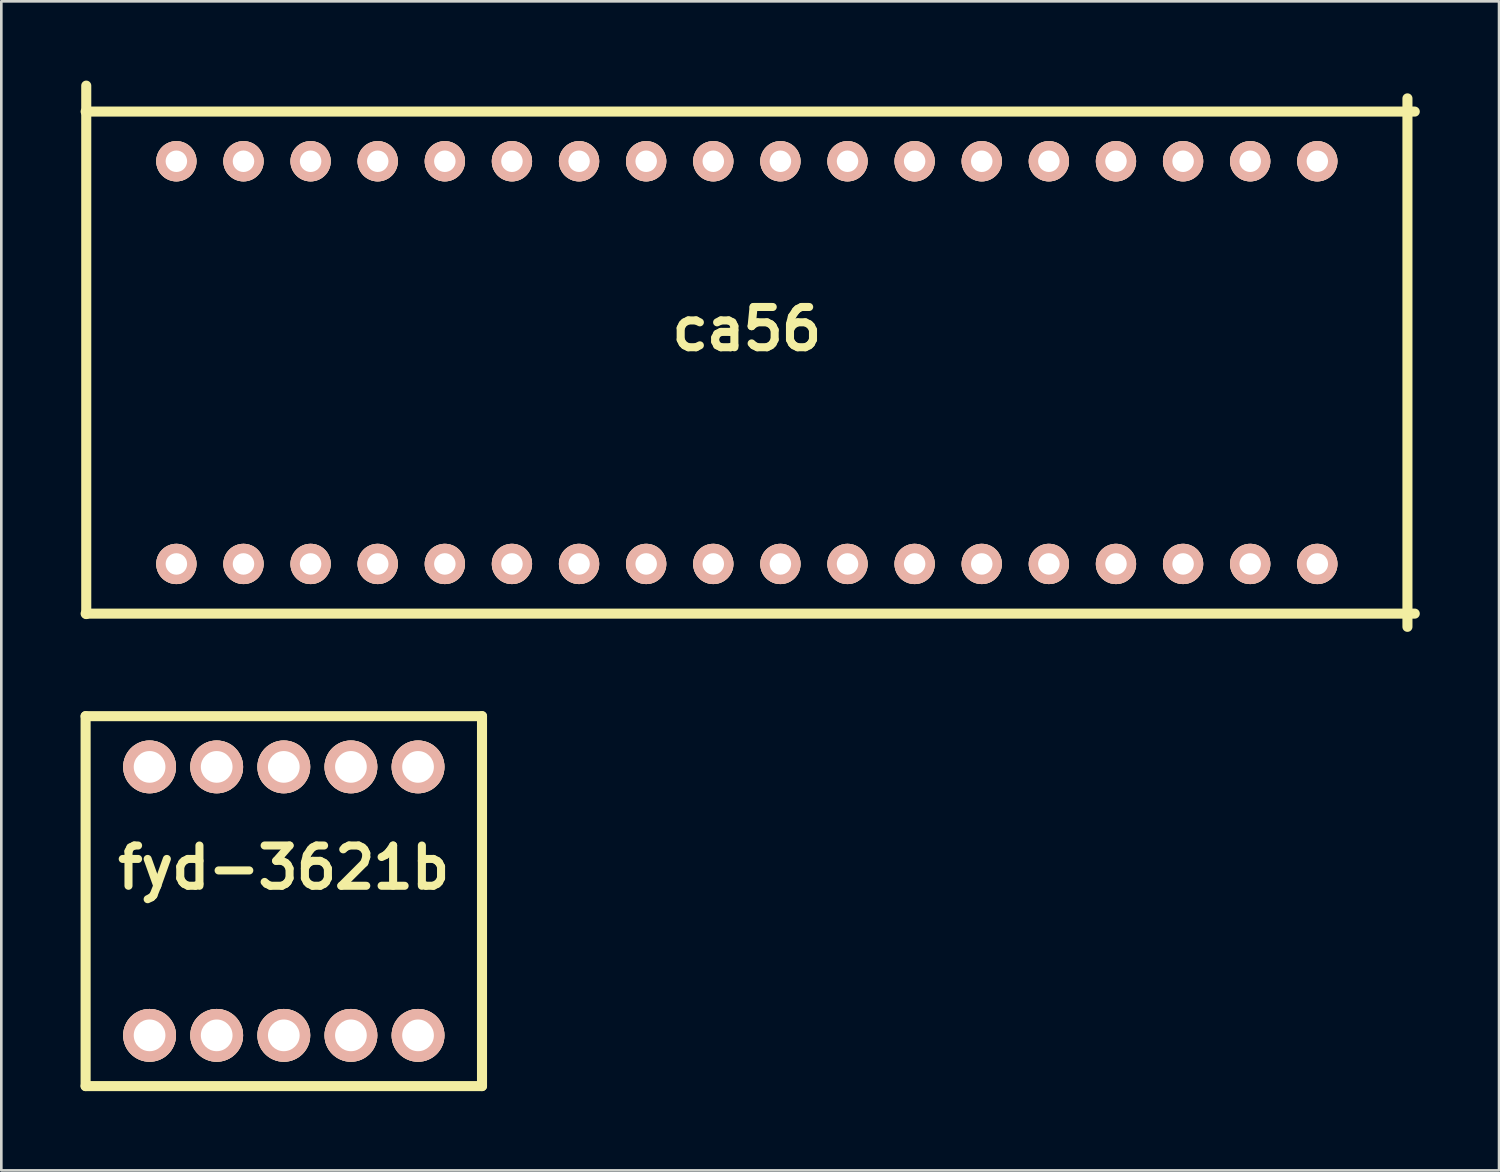
<source format=kicad_pcb>
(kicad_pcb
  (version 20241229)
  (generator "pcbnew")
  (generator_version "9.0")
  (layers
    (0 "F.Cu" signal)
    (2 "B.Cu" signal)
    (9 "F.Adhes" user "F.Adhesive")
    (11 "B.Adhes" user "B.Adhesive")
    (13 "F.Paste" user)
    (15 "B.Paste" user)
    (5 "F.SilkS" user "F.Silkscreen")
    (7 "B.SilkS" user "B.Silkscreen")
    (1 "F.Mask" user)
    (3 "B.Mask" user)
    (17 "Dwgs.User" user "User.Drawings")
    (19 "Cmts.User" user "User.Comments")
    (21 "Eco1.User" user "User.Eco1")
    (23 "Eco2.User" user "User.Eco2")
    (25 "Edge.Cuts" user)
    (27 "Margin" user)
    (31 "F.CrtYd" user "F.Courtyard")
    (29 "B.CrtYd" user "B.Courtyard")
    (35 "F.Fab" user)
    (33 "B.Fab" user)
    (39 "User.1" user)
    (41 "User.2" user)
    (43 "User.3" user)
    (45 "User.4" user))
  (footprint "fyd-3621b"
    (layer "F.Cu")
    (at 7.691 31.054)
    (property "Reference" "fyd-3621b" (at 0 -1.27 0) (layer "F.SilkS") (effects (font (size 1.524 1.524) (thickness 0.305))))
    (attr through_hole)
    (fp_line (start -7.501 -7) (end -7.501 7) (stroke (width 0.381) (type solid)) (layer "F.SilkS"))
    (fp_line (start -7.501 7) (end 7.501 7) (stroke (width 0.381) (type solid)) (layer "F.SilkS"))
    (fp_line (start 7.501 -7) (end -7.501 -7) (stroke (width 0.381) (type solid)) (layer "F.SilkS"))
    (fp_line (start 7.501 7) (end 7.501 -7) (stroke (width 0.381) (type solid)) (layer "F.SilkS"))
    (pad "1" thru_hole circle (at -5.08 5.08) (size 1.999 1.999) (drill 1.199) (layers "*.Cu" "*.SilkS" "*.Mask"))
    (pad "2" thru_hole circle (at -2.54 5.08) (size 1.999 1.999) (drill 1.199) (layers "*.Cu" "*.SilkS" "*.Mask"))
    (pad "3" thru_hole circle (at 0 5.08) (size 1.999 1.999) (drill 1.199) (layers "*.Cu" "*.SilkS" "*.Mask"))
    (pad "4" thru_hole circle (at 2.54 5.08) (size 1.999 1.999) (drill 1.199) (layers "*.Cu" "*.SilkS" "*.Mask"))
    (pad "5" thru_hole circle (at 5.08 5.08) (size 1.999 1.999) (drill 1.199) (layers "*.Cu" "*.SilkS" "*.Mask"))
    (pad "6" thru_hole circle (at 5.08 -5.08) (size 1.999 1.999) (drill 1.199) (layers "*.Cu" "*.SilkS" "*.Mask"))
    (pad "7" thru_hole circle (at 2.54 -5.08) (size 1.999 1.999) (drill 1.199) (layers "*.Cu" "*.SilkS" "*.Mask"))
    (pad "8" thru_hole circle (at 0 -5.08) (size 1.999 1.999) (drill 1.199) (layers "*.Cu" "*.SilkS" "*.Mask"))
    (pad "9" thru_hole circle (at -2.54 -5.08) (size 1.999 1.999) (drill 1.199) (layers "*.Cu" "*.SilkS" "*.Mask"))
    (pad "10" thru_hole circle (at -5.08 -5.08) (size 1.999 1.999) (drill 1.199) (layers "*.Cu" "*.SilkS" "*.Mask")))
  (footprint "ca56"
    (layer "F.Cu")
    (at 25.215 10.673)
    (property "Reference" "ca56" (at 0 -1.27 0) (layer "F.SilkS") (effects (font (size 1.524 1.524) (thickness 0.305))))
    (attr through_hole)
    (fp_line (start -25.024 -9.5) (end 25.278 -9.5) (stroke (width 0.381) (type solid)) (layer "F.SilkS"))
    (fp_line (start -25.001 9.517) (end -25.001 -10.483) (stroke (width 0.381) (type solid)) (layer "F.SilkS"))
    (fp_line (start 25.001 -10) (end 25.001 10) (stroke (width 0.381) (type solid)) (layer "F.SilkS"))
    (fp_line (start 25.278 9.5) (end -25.024 9.5) (stroke (width 0.381) (type solid)) (layer "F.SilkS"))
    (pad "1" thru_hole circle (at -21.59 7.62) (size 1.524 1.524) (drill 0.813) (layers "*.Cu" "*.SilkS" "*.Mask"))
    (pad "2" thru_hole circle (at -19.05 7.62) (size 1.524 1.524) (drill 0.813) (layers "*.Cu" "*.SilkS" "*.Mask"))
    (pad "3" thru_hole circle (at -16.51 7.62) (size 1.524 1.524) (drill 0.813) (layers "*.Cu" "*.SilkS" "*.Mask"))
    (pad "4" thru_hole circle (at -13.97 7.62) (size 1.524 1.524) (drill 0.813) (layers "*.Cu" "*.SilkS" "*.Mask"))
    (pad "5" thru_hole circle (at -11.43 7.62) (size 1.524 1.524) (drill 0.813) (layers "*.Cu" "*.SilkS" "*.Mask"))
    (pad "6" thru_hole circle (at -8.89 7.62) (size 1.524 1.524) (drill 0.813) (layers "*.Cu" "*.SilkS" "*.Mask"))
    (pad "7" thru_hole circle (at -6.35 7.62) (size 1.524 1.524) (drill 0.813) (layers "*.Cu" "*.SilkS" "*.Mask"))
    (pad "8" thru_hole circle (at -3.81 7.62) (size 1.524 1.524) (drill 0.813) (layers "*.Cu" "*.SilkS" "*.Mask"))
    (pad "9" thru_hole circle (at -1.27 7.62) (size 1.524 1.524) (drill 0.813) (layers "*.Cu" "*.SilkS" "*.Mask"))
    (pad "10" thru_hole circle (at 1.27 7.62) (size 1.524 1.524) (drill 0.813) (layers "*.Cu" "*.SilkS" "*.Mask"))
    (pad "11" thru_hole circle (at 3.81 7.62) (size 1.524 1.524) (drill 0.813) (layers "*.Cu" "*.SilkS" "*.Mask"))
    (pad "12" thru_hole circle (at 6.35 7.62) (size 1.524 1.524) (drill 0.813) (layers "*.Cu" "*.SilkS" "*.Mask"))
    (pad "13" thru_hole circle (at 8.89 7.62) (size 1.524 1.524) (drill 0.813) (layers "*.Cu" "*.SilkS" "*.Mask"))
    (pad "14" thru_hole circle (at 11.43 7.62) (size 1.524 1.524) (drill 0.813) (layers "*.Cu" "*.SilkS" "*.Mask"))
    (pad "15" thru_hole circle (at 13.97 7.62) (size 1.524 1.524) (drill 0.813) (layers "*.Cu" "*.SilkS" "*.Mask"))
    (pad "16" thru_hole circle (at 16.51 7.62) (size 1.524 1.524) (drill 0.813) (layers "*.Cu" "*.SilkS" "*.Mask"))
    (pad "17" thru_hole circle (at 19.05 7.62) (size 1.524 1.524) (drill 0.813) (layers "*.Cu" "*.SilkS" "*.Mask"))
    (pad "18" thru_hole circle (at 21.59 7.62) (size 1.524 1.524) (drill 0.813) (layers "*.Cu" "*.SilkS" "*.Mask"))
    (pad "19" thru_hole circle (at 21.59 -7.62) (size 1.524 1.524) (drill 0.813) (layers "*.Cu" "*.SilkS" "*.Mask"))
    (pad "20" thru_hole circle (at 19.05 -7.62) (size 1.524 1.524) (drill 0.813) (layers "*.Cu" "*.SilkS" "*.Mask"))
    (pad "21" thru_hole circle (at 16.51 -7.62) (size 1.524 1.524) (drill 0.813) (layers "*.Cu" "*.SilkS" "*.Mask"))
    (pad "22" thru_hole circle (at 13.97 -7.62) (size 1.524 1.524) (drill 0.813) (layers "*.Cu" "*.SilkS" "*.Mask"))
    (pad "23" thru_hole circle (at 11.43 -7.62) (size 1.524 1.524) (drill 0.813) (layers "*.Cu" "*.SilkS" "*.Mask"))
    (pad "24" thru_hole circle (at 8.89 -7.62) (size 1.524 1.524) (drill 0.813) (layers "*.Cu" "*.SilkS" "*.Mask"))
    (pad "25" thru_hole circle (at 6.35 -7.62) (size 1.524 1.524) (drill 0.813) (layers "*.Cu" "*.SilkS" "*.Mask"))
    (pad "26" thru_hole circle (at 3.81 -7.62) (size 1.524 1.524) (drill 0.813) (layers "*.Cu" "*.SilkS" "*.Mask"))
    (pad "27" thru_hole circle (at 1.27 -7.62) (size 1.524 1.524) (drill 0.813) (layers "*.Cu" "*.SilkS" "*.Mask"))
    (pad "28" thru_hole circle (at -1.27 -7.62) (size 1.524 1.524) (drill 0.813) (layers "*.Cu" "*.SilkS" "*.Mask"))
    (pad "29" thru_hole circle (at -3.81 -7.62) (size 1.524 1.524) (drill 0.813) (layers "*.Cu" "*.SilkS" "*.Mask"))
    (pad "30" thru_hole circle (at -6.35 -7.62) (size 1.524 1.524) (drill 0.813) (layers "*.Cu" "*.SilkS" "*.Mask"))
    (pad "31" thru_hole circle (at -8.89 -7.62) (size 1.524 1.524) (drill 0.813) (layers "*.Cu" "*.SilkS" "*.Mask"))
    (pad "32" thru_hole circle (at -11.43 -7.62) (size 1.524 1.524) (drill 0.813) (layers "*.Cu" "*.SilkS" "*.Mask"))
    (pad "33" thru_hole circle (at -13.97 -7.62) (size 1.524 1.524) (drill 0.813) (layers "*.Cu" "*.SilkS" "*.Mask"))
    (pad "34" thru_hole circle (at -16.51 -7.62) (size 1.524 1.524) (drill 0.813) (layers "*.Cu" "*.SilkS" "*.Mask"))
    (pad "35" thru_hole circle (at -19.05 -7.62) (size 1.524 1.524) (drill 0.813) (layers "*.Cu" "*.SilkS" "*.Mask"))
    (pad "36" thru_hole circle (at -21.59 -7.62) (size 1.524 1.524) (drill 0.813) (layers "*.Cu" "*.SilkS" "*.Mask")))
  (gr_rect
    (start -3 -3)
    (end 53.683 41.245)
    (stroke (width 0.1) (type default))
    (fill no)
    (layer "Edge.Cuts")))
</source>
